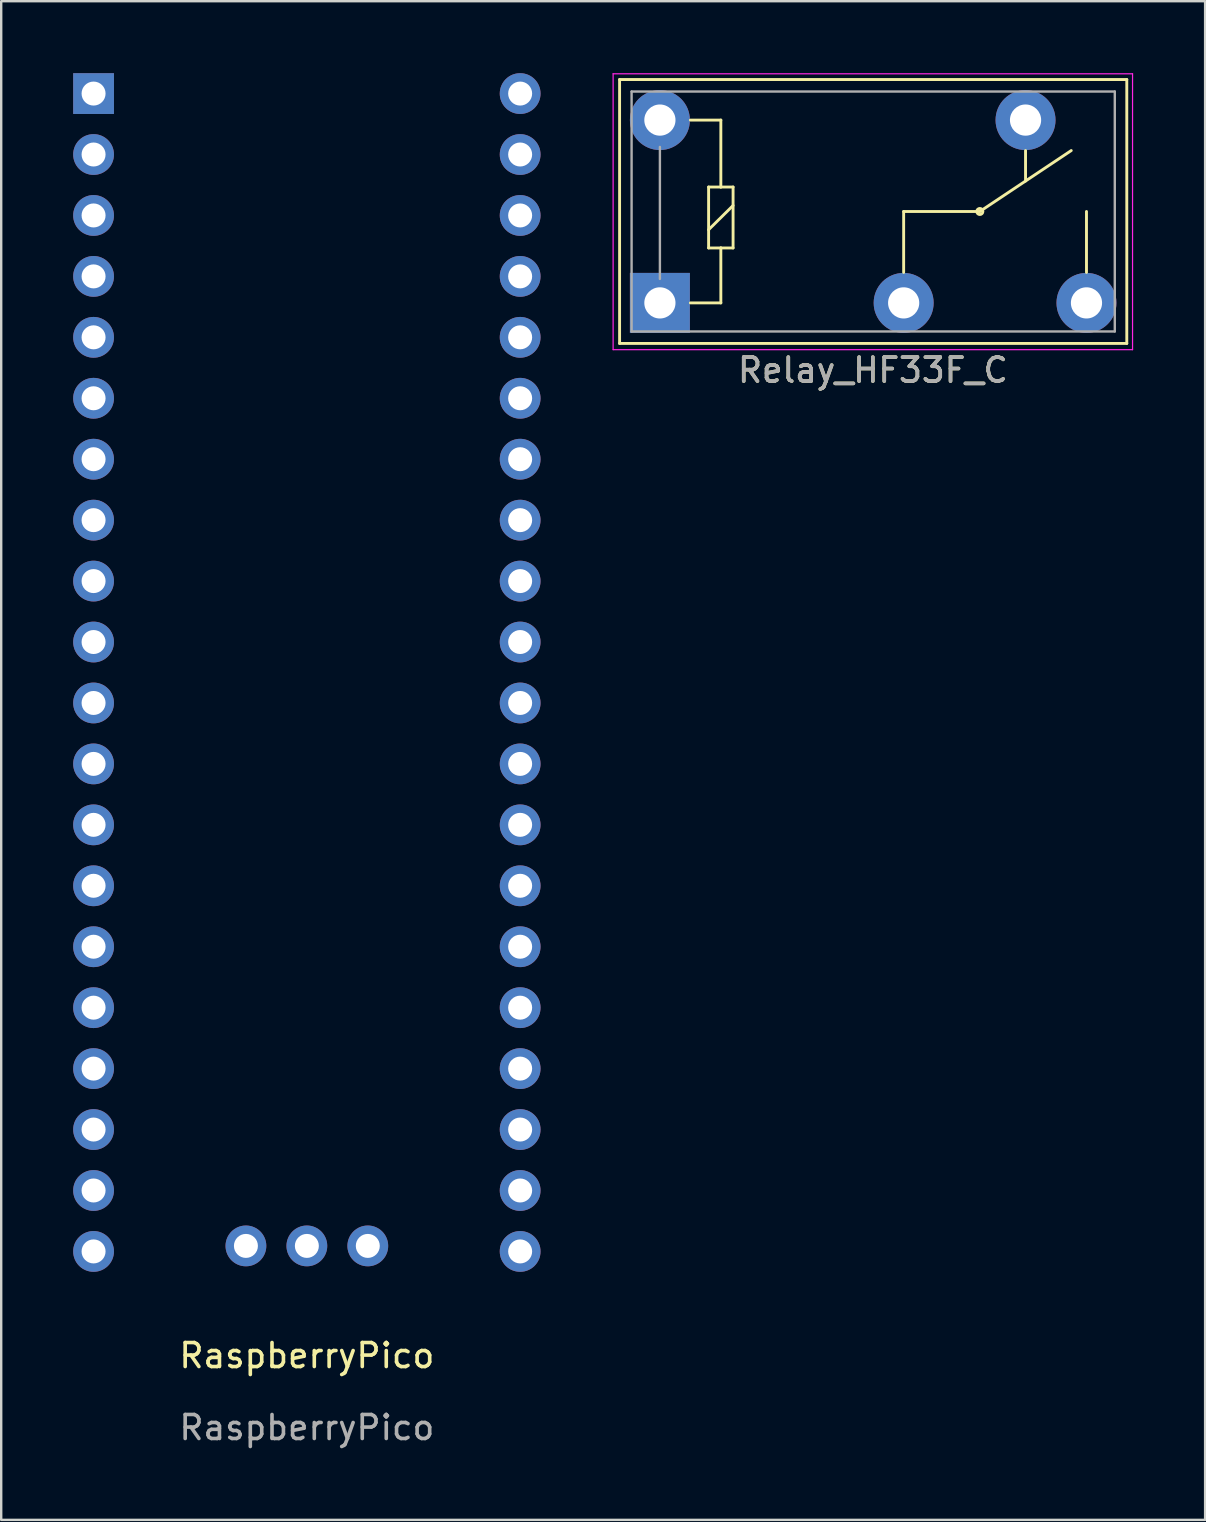
<source format=kicad_pcb>
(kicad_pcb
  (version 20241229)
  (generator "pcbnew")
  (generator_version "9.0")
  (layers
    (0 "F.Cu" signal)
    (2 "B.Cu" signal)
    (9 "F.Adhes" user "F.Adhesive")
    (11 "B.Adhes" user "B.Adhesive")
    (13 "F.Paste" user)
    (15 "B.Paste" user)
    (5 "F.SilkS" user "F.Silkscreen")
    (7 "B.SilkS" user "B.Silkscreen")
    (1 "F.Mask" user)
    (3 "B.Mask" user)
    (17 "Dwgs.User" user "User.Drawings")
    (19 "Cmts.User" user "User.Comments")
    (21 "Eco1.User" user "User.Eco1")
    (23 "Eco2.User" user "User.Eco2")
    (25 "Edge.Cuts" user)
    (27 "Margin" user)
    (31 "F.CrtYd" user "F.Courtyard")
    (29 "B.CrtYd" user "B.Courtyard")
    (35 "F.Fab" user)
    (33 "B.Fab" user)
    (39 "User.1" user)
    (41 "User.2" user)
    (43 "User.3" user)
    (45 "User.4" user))
  (footprint "RaspberryPico"
    (layer "F.Cu")
    (at 9.74 24.98)
    (property "Reference" "RaspberryPico" (at 0 28.472 0) (unlocked yes) (layer "F.SilkS") (effects (font (size 1 1) (thickness 0.15))))
    (attr through_hole)
    (fp_text user "${REFERENCE}" (at 0 31.472 0) (unlocked yes) (layer "F.Fab") (effects (font (size 1 1) (thickness 0.15))))
    (pad "1" thru_hole rect (at -8.89 -24.13) (size 1.7 1.7) (drill 1) (layers "*.Cu" "*.Mask"))
    (pad "2" thru_hole oval (at -8.89 -21.59) (size 1.7 1.7) (drill 1) (layers "*.Cu" "*.Mask"))
    (pad "3" thru_hole oval (at -8.89 -19.05) (size 1.7 1.7) (drill 1) (layers "*.Cu" "*.Mask"))
    (pad "4" thru_hole oval (at -8.89 -16.51) (size 1.7 1.7) (drill 1) (layers "*.Cu" "*.Mask"))
    (pad "5" thru_hole oval (at -8.89 -13.97) (size 1.7 1.7) (drill 1) (layers "*.Cu" "*.Mask"))
    (pad "6" thru_hole oval (at -8.89 -11.43) (size 1.7 1.7) (drill 1) (layers "*.Cu" "*.Mask"))
    (pad "7" thru_hole oval (at -8.89 -8.89) (size 1.7 1.7) (drill 1) (layers "*.Cu" "*.Mask"))
    (pad "8" thru_hole oval (at -8.89 -6.35) (size 1.7 1.7) (drill 1) (layers "*.Cu" "*.Mask"))
    (pad "9" thru_hole oval (at -8.89 -3.81) (size 1.7 1.7) (drill 1) (layers "*.Cu" "*.Mask"))
    (pad "10" thru_hole oval (at -8.89 -1.27) (size 1.7 1.7) (drill 1) (layers "*.Cu" "*.Mask"))
    (pad "11" thru_hole oval (at -8.89 1.27) (size 1.7 1.7) (drill 1) (layers "*.Cu" "*.Mask"))
    (pad "12" thru_hole oval (at -8.89 3.81) (size 1.7 1.7) (drill 1) (layers "*.Cu" "*.Mask"))
    (pad "13" thru_hole oval (at -8.89 6.35) (size 1.7 1.7) (drill 1) (layers "*.Cu" "*.Mask"))
    (pad "14" thru_hole oval (at -8.89 8.89) (size 1.7 1.7) (drill 1) (layers "*.Cu" "*.Mask"))
    (pad "15" thru_hole oval (at -8.89 11.43) (size 1.7 1.7) (drill 1) (layers "*.Cu" "*.Mask"))
    (pad "16" thru_hole oval (at -8.89 13.97) (size 1.7 1.7) (drill 1) (layers "*.Cu" "*.Mask"))
    (pad "17" thru_hole oval (at -8.89 16.51) (size 1.7 1.7) (drill 1) (layers "*.Cu" "*.Mask"))
    (pad "18" thru_hole oval (at -8.89 19.05) (size 1.7 1.7) (drill 1) (layers "*.Cu" "*.Mask"))
    (pad "19" thru_hole oval (at -8.89 21.59) (size 1.7 1.7) (drill 1) (layers "*.Cu" "*.Mask"))
    (pad "20" thru_hole oval (at -8.89 24.13) (size 1.7 1.7) (drill 1) (layers "*.Cu" "*.Mask"))
    (pad "21" thru_hole circle (at 8.89 24.13) (size 1.7 1.7) (drill 1) (layers "*.Cu" "*.Mask"))
    (pad "22" thru_hole oval (at 8.89 21.59) (size 1.7 1.7) (drill 1) (layers "*.Cu" "*.Mask"))
    (pad "23" thru_hole oval (at 8.89 19.05) (size 1.7 1.7) (drill 1) (layers "*.Cu" "*.Mask"))
    (pad "24" thru_hole oval (at 8.89 16.51) (size 1.7 1.7) (drill 1) (layers "*.Cu" "*.Mask"))
    (pad "25" thru_hole oval (at 8.89 13.97) (size 1.7 1.7) (drill 1) (layers "*.Cu" "*.Mask"))
    (pad "26" thru_hole oval (at 8.89 11.43) (size 1.7 1.7) (drill 1) (layers "*.Cu" "*.Mask"))
    (pad "27" thru_hole oval (at 8.89 8.89) (size 1.7 1.7) (drill 1) (layers "*.Cu" "*.Mask"))
    (pad "28" thru_hole oval (at 8.89 6.35) (size 1.7 1.7) (drill 1) (layers "*.Cu" "*.Mask"))
    (pad "29" thru_hole oval (at 8.89 3.81) (size 1.7 1.7) (drill 1) (layers "*.Cu" "*.Mask"))
    (pad "30" thru_hole oval (at 8.89 1.27) (size 1.7 1.7) (drill 1) (layers "*.Cu" "*.Mask"))
    (pad "31" thru_hole oval (at 8.89 -1.27) (size 1.7 1.7) (drill 1) (layers "*.Cu" "*.Mask"))
    (pad "32" thru_hole oval (at 8.89 -3.81) (size 1.7 1.7) (drill 1) (layers "*.Cu" "*.Mask"))
    (pad "33" thru_hole oval (at 8.89 -6.35) (size 1.7 1.7) (drill 1) (layers "*.Cu" "*.Mask"))
    (pad "34" thru_hole oval (at 8.89 -8.89) (size 1.7 1.7) (drill 1) (layers "*.Cu" "*.Mask"))
    (pad "35" thru_hole oval (at 8.89 -11.43) (size 1.7 1.7) (drill 1) (layers "*.Cu" "*.Mask"))
    (pad "36" thru_hole oval (at 8.89 -13.97) (size 1.7 1.7) (drill 1) (layers "*.Cu" "*.Mask"))
    (pad "37" thru_hole oval (at 8.89 -16.51) (size 1.7 1.7) (drill 1) (layers "*.Cu" "*.Mask"))
    (pad "38" thru_hole oval (at 8.89 -19.05) (size 1.7 1.7) (drill 1) (layers "*.Cu" "*.Mask"))
    (pad "39" thru_hole oval (at 8.89 -21.59) (size 1.7 1.7) (drill 1) (layers "*.Cu" "*.Mask"))
    (pad "40" thru_hole oval (at 8.89 -24.13) (size 1.7 1.7) (drill 1) (layers "*.Cu" "*.Mask"))
    (pad "D1" thru_hole circle (at -2.54 23.9 90) (size 1.7 1.7) (drill 1) (layers "*.Cu" "*.Mask"))
    (pad "D2" thru_hole oval (at 0 23.9 90) (size 1.7 1.7) (drill 1) (layers "*.Cu" "*.Mask"))
    (pad "D3" thru_hole oval (at 2.54 23.9 90) (size 1.7 1.7) (drill 1) (layers "*.Cu" "*.Mask")))
  (footprint "Relay_HF33F_C"
    (layer "F.Cu")
    (at 33.33 5.775)
    (property "Reference" "Relay_HF33F_C" (at 0 6.604 0) (unlocked yes) (layer "F.SilkS") (effects (font (size 1 1) (thickness 0.15))))
    (attr through_hole)
    (fp_line (start -10.555 -5.51) (end 10.585 -5.51) (stroke (width 0.12) (type solid)) (layer "F.SilkS"))
    (fp_line (start -10.555 5.49) (end -10.555 -5.51) (stroke (width 0.12) (type solid)) (layer "F.SilkS"))
    (fp_line (start -10.555 5.49) (end 10.585 5.49) (stroke (width 0.12) (type solid)) (layer "F.SilkS"))
    (fp_line (start -7.605 3.8) (end -6.335 3.8) (stroke (width 0.12) (type solid)) (layer "F.SilkS"))
    (fp_line (start -6.845 -1.03) (end -6.335 -1.03) (stroke (width 0.12) (type solid)) (layer "F.SilkS"))
    (fp_line (start -6.845 0.75) (end -5.825 -0.26) (stroke (width 0.12) (type solid)) (layer "F.SilkS"))
    (fp_line (start -6.845 1.51) (end -6.845 -1.03) (stroke (width 0.12) (type solid)) (layer "F.SilkS"))
    (fp_line (start -6.335 -3.82) (end -7.605 -3.82) (stroke (width 0.12) (type solid)) (layer "F.SilkS"))
    (fp_line (start -6.335 -1.03) (end -6.335 -3.82) (stroke (width 0.12) (type solid)) (layer "F.SilkS"))
    (fp_line (start -6.335 -1.03) (end -5.825 -1.03) (stroke (width 0.12) (type solid)) (layer "F.SilkS"))
    (fp_line (start -6.335 1.51) (end -6.845 1.51) (stroke (width 0.12) (type solid)) (layer "F.SilkS"))
    (fp_line (start -6.335 3.8) (end -6.335 1.51) (stroke (width 0.12) (type solid)) (layer "F.SilkS"))
    (fp_line (start -5.825 -1.03) (end -5.825 1.51) (stroke (width 0.12) (type solid)) (layer "F.SilkS"))
    (fp_line (start -5.825 1.51) (end -6.335 1.51) (stroke (width 0.12) (type solid)) (layer "F.SilkS"))
    (fp_line (start 1.285 -0.01) (end 4.46 -0.01) (stroke (width 0.12) (type solid)) (layer "F.SilkS"))
    (fp_line (start 1.285 2.53) (end 1.285 -0.01) (stroke (width 0.12) (type solid)) (layer "F.SilkS"))
    (fp_line (start 4.46 -0.01) (end 8.27 -2.55) (stroke (width 0.12) (type solid)) (layer "F.SilkS"))
    (fp_line (start 6.365 -2.55) (end 6.365 -1.28) (stroke (width 0.12) (type solid)) (layer "F.SilkS"))
    (fp_line (start 8.905 2.53) (end 8.905 -0.01) (stroke (width 0.12) (type solid)) (layer "F.SilkS"))
    (fp_line (start 10.585 5.49) (end 10.585 -5.51) (stroke (width 0.12) (type solid)) (layer "F.SilkS"))
    (fp_circle (center 4.46 -0.01) (end 4.587 -0.01) (stroke (width 0.12) (type solid)) (fill no) (layer "F.SilkS"))
    (fp_line (start -10.825 -5.75) (end 10.825 -5.75) (stroke (width 0.05) (type solid)) (layer "F.CrtYd"))
    (fp_line (start -10.825 5.75) (end -10.825 -5.75) (stroke (width 0.05) (type solid)) (layer "F.CrtYd"))
    (fp_line (start 10.825 -5.75) (end 10.825 5.75) (stroke (width 0.05) (type solid)) (layer "F.CrtYd"))
    (fp_line (start 10.825 5.75) (end -10.825 5.75) (stroke (width 0.05) (type solid)) (layer "F.CrtYd"))
    (fp_line (start -10.055 -5.01) (end 10.085 -5.01) (stroke (width 0.1) (type solid)) (layer "F.Fab"))
    (fp_line (start -10.055 4.99) (end -10.055 -5.01) (stroke (width 0.1) (type solid)) (layer "F.Fab"))
    (fp_line (start -8.875 2.8) (end -8.875 -2.7) (stroke (width 0.1) (type solid)) (layer "F.Fab"))
    (fp_line (start 10.085 -5.01) (end 10.085 4.99) (stroke (width 0.1) (type solid)) (layer "F.Fab"))
    (fp_line (start 10.085 4.99) (end -10.055 4.99) (stroke (width 0.1) (type solid)) (layer "F.Fab"))
    (fp_text user "${REFERENCE}" (at 0 6.604 0) (unlocked yes) (layer "F.Fab") (effects (font (size 1 1) (thickness 0.15))))
    (pad "1" thru_hole rect (at -8.875 3.8 180) (size 2.5 2.5) (drill 1.3) (layers "*.Cu" "*.Mask"))
    (pad "2" thru_hole circle (at 1.285 3.8 180) (size 2.5 2.5) (drill 1.3) (layers "*.Cu" "*.Mask"))
    (pad "3" thru_hole circle (at 8.905 3.8 180) (size 2.5 2.5) (drill 1.3) (layers "*.Cu" "*.Mask"))
    (pad "4" thru_hole circle (at 6.365 -3.82 180) (size 2.5 2.5) (drill 1.3) (layers "*.Cu" "*.Mask"))
    (pad "5" thru_hole circle (at -8.875 -3.82 180) (size 2.5 2.5) (drill 1.3) (layers "*.Cu" "*.Mask")))
  (gr_rect
    (start -3 -3)
    (end 47.18 60.3)
    (stroke (width 0.1) (type default))
    (fill no)
    (layer "Edge.Cuts")))
</source>
